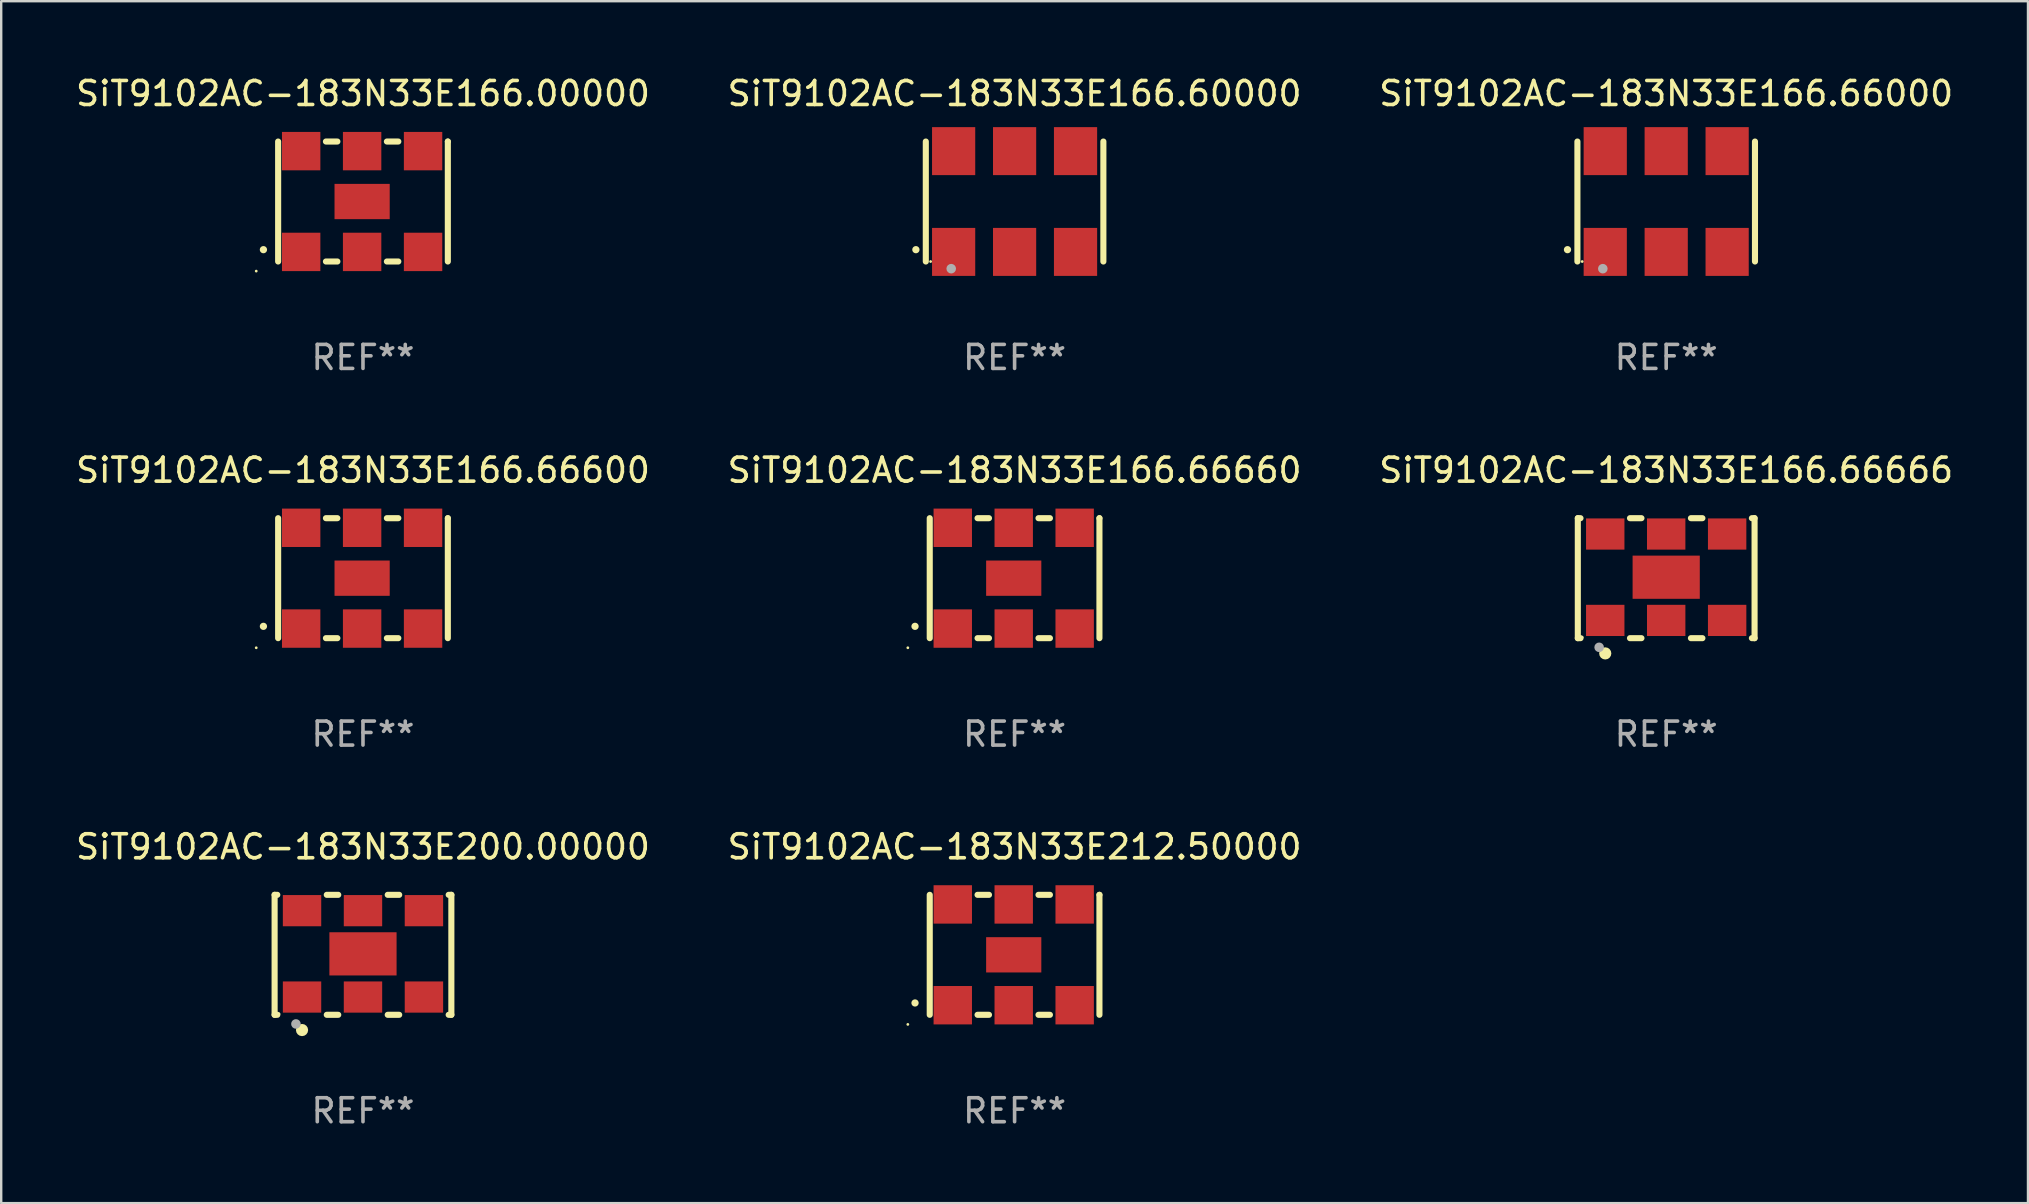
<source format=kicad_pcb>
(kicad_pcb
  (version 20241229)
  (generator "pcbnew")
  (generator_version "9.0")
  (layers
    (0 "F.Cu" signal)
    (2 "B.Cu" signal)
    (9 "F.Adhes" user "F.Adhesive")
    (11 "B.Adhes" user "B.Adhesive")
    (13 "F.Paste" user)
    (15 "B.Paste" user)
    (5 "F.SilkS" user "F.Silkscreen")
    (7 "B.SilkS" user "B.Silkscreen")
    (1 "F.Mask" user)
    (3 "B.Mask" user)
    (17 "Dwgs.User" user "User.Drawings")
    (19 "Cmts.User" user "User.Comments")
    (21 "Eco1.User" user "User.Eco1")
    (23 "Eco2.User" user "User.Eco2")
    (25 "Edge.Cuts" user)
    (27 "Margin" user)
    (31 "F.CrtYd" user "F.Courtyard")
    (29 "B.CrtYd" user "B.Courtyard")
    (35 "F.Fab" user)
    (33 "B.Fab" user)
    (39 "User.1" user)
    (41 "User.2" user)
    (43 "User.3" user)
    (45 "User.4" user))
  (footprint "SiT9102AC-183N33E166.66000"
    (layer "F.Cu")
    (at 66.387 5.348)
    (property "Reference" "SiT9102AC-183N33E166.66000" (at 0 -4.5 0) (layer "F.SilkS") (effects (font (size 1 1) (thickness 0.15))))
    (attr through_hole)
    (fp_line (start -3.7 -2.5) (end -3.7 2.5) (stroke (width 0.254) (type solid)) (layer "F.SilkS"))
    (fp_line (start 3.7 -2.5) (end 3.7 2.5) (stroke (width 0.254) (type solid)) (layer "F.SilkS"))
    (fp_arc (start -4.114415 2.006604) (mid -4.113145 2.006599) (end -4.111875 2.006604) (stroke (width 0.3) (type solid)) (layer "F.SilkS"))
    (fp_circle (center -3.5 2.501) (end -3.47 2.501) (stroke (width 0.06) (type solid)) (fill no) (layer "F.SilkS"))
    (fp_circle (center -2.641 2.799) (end -2.541 2.799) (stroke (width 0.2) (type solid)) (fill no) (layer "F.Fab"))
    (fp_text user "REF**" (at 0 6.5 0) (layer "F.Fab") (effects (font (size 1 1) (thickness 0.15))))
    (pad "1" smd rect (at -2.54 2.1) (size 1.8 2) (layers "F.Cu" "F.Mask" "F.Paste"))
    (pad "2" smd rect (at 0.000394 2.1) (size 1.8 2) (layers "F.Cu" "F.Mask" "F.Paste"))
    (pad "3" smd rect (at 2.54 2.1) (size 1.8 2) (layers "F.Cu" "F.Mask" "F.Paste"))
    (pad "4" smd rect (at 2.54 -2.1) (size 1.8 2) (layers "F.Cu" "F.Mask" "F.Paste"))
    (pad "5" smd rect (at 0.000394 -2.1) (size 1.8 2) (layers "F.Cu" "F.Mask" "F.Paste"))
    (pad "6" smd rect (at -2.54 -2.1) (size 1.8 2) (layers "F.Cu" "F.Mask" "F.Paste")))
  (footprint "SiT9102AC-183N33E166.66660"
    (layer "F.Cu")
    (at 39.232 21.045)
    (property "Reference" "SiT9102AC-183N33E166.66660" (at 0 -4.5 0) (layer "F.SilkS") (effects (font (size 1 1) (thickness 0.15))))
    (attr through_hole)
    (fp_line (start -3.536 -2.5) (end -3.536 2.5) (stroke (width 0.254) (type solid)) (layer "F.SilkS"))
    (fp_line (start -1.544 2.5) (end -1.067 2.5) (stroke (width 0.254) (type solid)) (layer "F.SilkS"))
    (fp_line (start -1.067 -2.5) (end -1.544 -2.5) (stroke (width 0.254) (type solid)) (layer "F.SilkS"))
    (fp_line (start 0.996 2.5) (end 1.473 2.5) (stroke (width 0.254) (type solid)) (layer "F.SilkS"))
    (fp_line (start 1.473 -2.5) (end 0.996 -2.5) (stroke (width 0.254) (type solid)) (layer "F.SilkS"))
    (fp_line (start 3.536 -2.5) (end 3.536 -2.5) (stroke (width 0.254) (type solid)) (layer "F.SilkS"))
    (fp_line (start 3.536 2.5) (end 3.536 -2.5) (stroke (width 0.254) (type solid)) (layer "F.SilkS"))
    (fp_arc (start -4.150432 2.006604) (mid -4.149162 2.006599) (end -4.147892 2.006604) (stroke (width 0.3) (type solid)) (layer "F.SilkS"))
    (fp_circle (center -4.449 2.9) (end -4.419 2.9) (stroke (width 0.06) (type solid)) (fill no) (layer "F.SilkS"))
    (fp_text user "REF**" (at 0 6.5 0) (layer "F.Fab") (effects (font (size 1 1) (thickness 0.15))))
    (pad "1" smd rect (at -2.576 2.1) (size 1.6 1.6) (layers "F.Cu" "F.Mask" "F.Paste"))
    (pad "2" smd rect (at -0.036 2.1) (size 1.6 1.6) (layers "F.Cu" "F.Mask" "F.Paste"))
    (pad "3" smd rect (at 2.504 2.1) (size 1.6 1.6) (layers "F.Cu" "F.Mask" "F.Paste"))
    (pad "4" smd rect (at 2.504 -2.1) (size 1.6 1.6) (layers "F.Cu" "F.Mask" "F.Paste"))
    (pad "5" smd rect (at -0.036 -2.1) (size 1.6 1.6) (layers "F.Cu" "F.Mask" "F.Paste"))
    (pad "6" smd rect (at -2.576 -2.1) (size 1.6 1.6) (layers "F.Cu" "F.Mask" "F.Paste"))
    (pad "7" smd rect (at -0.036 0) (size 2.3 1.47) (layers "F.Cu" "F.Mask" "F.Paste")))
  (footprint "SiT9102AC-183N33E200.00000"
    (layer "F.Cu")
    (at 12.077 36.741)
    (property "Reference" "SiT9102AC-183N33E200.00000" (at 0 -4.5 0) (layer "F.SilkS") (effects (font (size 1 1) (thickness 0.15))))
    (attr through_hole)
    (fp_line (start -3.683 -2.5) (end -3.571 -2.5) (stroke (width 0.254) (type solid)) (layer "F.SilkS"))
    (fp_line (start -3.683 2.5) (end -3.683 -2.5) (stroke (width 0.254) (type solid)) (layer "F.SilkS"))
    (fp_line (start -3.683 2.5) (end -3.571 2.5) (stroke (width 0.254) (type solid)) (layer "F.SilkS"))
    (fp_line (start -1.509 -2.5) (end -1.031 -2.5) (stroke (width 0.254) (type solid)) (layer "F.SilkS"))
    (fp_line (start -1.509 2.5) (end -1.031 2.5) (stroke (width 0.254) (type solid)) (layer "F.SilkS"))
    (fp_line (start 1.031 -2.5) (end 1.509 -2.5) (stroke (width 0.254) (type solid)) (layer "F.SilkS"))
    (fp_line (start 1.031 2.5) (end 1.509 2.5) (stroke (width 0.254) (type solid)) (layer "F.SilkS"))
    (fp_line (start 3.571 -2.5) (end 3.683 -2.5) (stroke (width 0.254) (type solid)) (layer "F.SilkS"))
    (fp_line (start 3.571 2.5) (end 3.683 2.5) (stroke (width 0.254) (type solid)) (layer "F.SilkS"))
    (fp_line (start 3.683 2.5) (end 3.683 -2.5) (stroke (width 0.254) (type solid)) (layer "F.SilkS"))
    (fp_circle (center -3.5 2.46) (end -3.47 2.46) (stroke (width 0.06) (type solid)) (fill no) (layer "F.SilkS"))
    (fp_circle (center -2.54 3.135) (end -2.413 3.135) (stroke (width 0.254) (type solid)) (fill no) (layer "F.SilkS"))
    (fp_circle (center -2.794 2.881) (end -2.694 2.881) (stroke (width 0.2) (type solid)) (fill no) (layer "F.Fab"))
    (fp_text user "REF**" (at 0 6.5 0) (layer "F.Fab") (effects (font (size 1 1) (thickness 0.15))))
    (pad "1" smd rect (at -2.54 1.76) (size 1.6 1.3) (layers "F.Cu" "F.Mask" "F.Paste"))
    (pad "2" smd rect (at 0 1.76) (size 1.6 1.3) (layers "F.Cu" "F.Mask" "F.Paste"))
    (pad "3" smd rect (at 2.54 1.76) (size 1.6 1.3) (layers "F.Cu" "F.Mask" "F.Paste"))
    (pad "4" smd rect (at 2.54 -1.84) (size 1.6 1.3) (layers "F.Cu" "F.Mask" "F.Paste"))
    (pad "5" smd rect (at 0 -1.84) (size 1.6 1.3) (layers "F.Cu" "F.Mask" "F.Paste"))
    (pad "6" smd rect (at -2.54 -1.84) (size 1.6 1.3) (layers "F.Cu" "F.Mask" "F.Paste"))
    (pad "7" smd rect (at 0 -0.04) (size 2.8 1.8) (layers "F.Cu" "F.Mask" "F.Paste")))
  (footprint "SiT9102AC-183N33E212.50000"
    (layer "F.Cu")
    (at 39.232 36.741)
    (property "Reference" "SiT9102AC-183N33E212.50000" (at 0 -4.5 0) (layer "F.SilkS") (effects (font (size 1 1) (thickness 0.15))))
    (attr through_hole)
    (fp_line (start -3.536 -2.5) (end -3.536 2.5) (stroke (width 0.254) (type solid)) (layer "F.SilkS"))
    (fp_line (start -1.544 2.5) (end -1.067 2.5) (stroke (width 0.254) (type solid)) (layer "F.SilkS"))
    (fp_line (start -1.067 -2.5) (end -1.544 -2.5) (stroke (width 0.254) (type solid)) (layer "F.SilkS"))
    (fp_line (start 0.996 2.5) (end 1.473 2.5) (stroke (width 0.254) (type solid)) (layer "F.SilkS"))
    (fp_line (start 1.473 -2.5) (end 0.996 -2.5) (stroke (width 0.254) (type solid)) (layer "F.SilkS"))
    (fp_line (start 3.536 -2.5) (end 3.536 -2.5) (stroke (width 0.254) (type solid)) (layer "F.SilkS"))
    (fp_line (start 3.536 2.5) (end 3.536 -2.5) (stroke (width 0.254) (type solid)) (layer "F.SilkS"))
    (fp_arc (start -4.150432 2.006604) (mid -4.149162 2.006599) (end -4.147892 2.006604) (stroke (width 0.3) (type solid)) (layer "F.SilkS"))
    (fp_circle (center -4.449 2.9) (end -4.419 2.9) (stroke (width 0.06) (type solid)) (fill no) (layer "F.SilkS"))
    (fp_text user "REF**" (at 0 6.5 0) (layer "F.Fab") (effects (font (size 1 1) (thickness 0.15))))
    (pad "1" smd rect (at -2.576 2.1) (size 1.6 1.6) (layers "F.Cu" "F.Mask" "F.Paste"))
    (pad "2" smd rect (at -0.036 2.1) (size 1.6 1.6) (layers "F.Cu" "F.Mask" "F.Paste"))
    (pad "3" smd rect (at 2.504 2.1) (size 1.6 1.6) (layers "F.Cu" "F.Mask" "F.Paste"))
    (pad "4" smd rect (at 2.504 -2.1) (size 1.6 1.6) (layers "F.Cu" "F.Mask" "F.Paste"))
    (pad "5" smd rect (at -0.036 -2.1) (size 1.6 1.6) (layers "F.Cu" "F.Mask" "F.Paste"))
    (pad "6" smd rect (at -2.576 -2.1) (size 1.6 1.6) (layers "F.Cu" "F.Mask" "F.Paste"))
    (pad "7" smd rect (at -0.036 0) (size 2.3 1.47) (layers "F.Cu" "F.Mask" "F.Paste")))
  (footprint "SiT9102AC-183N33E166.66600"
    (layer "F.Cu")
    (at 12.077 21.045)
    (property "Reference" "SiT9102AC-183N33E166.66600" (at 0 -4.5 0) (layer "F.SilkS") (effects (font (size 1 1) (thickness 0.15))))
    (attr through_hole)
    (fp_line (start -3.536 -2.5) (end -3.536 2.5) (stroke (width 0.254) (type solid)) (layer "F.SilkS"))
    (fp_line (start -1.544 2.5) (end -1.067 2.5) (stroke (width 0.254) (type solid)) (layer "F.SilkS"))
    (fp_line (start -1.067 -2.5) (end -1.544 -2.5) (stroke (width 0.254) (type solid)) (layer "F.SilkS"))
    (fp_line (start 0.996 2.5) (end 1.473 2.5) (stroke (width 0.254) (type solid)) (layer "F.SilkS"))
    (fp_line (start 1.473 -2.5) (end 0.996 -2.5) (stroke (width 0.254) (type solid)) (layer "F.SilkS"))
    (fp_line (start 3.536 -2.5) (end 3.536 -2.5) (stroke (width 0.254) (type solid)) (layer "F.SilkS"))
    (fp_line (start 3.536 2.5) (end 3.536 -2.5) (stroke (width 0.254) (type solid)) (layer "F.SilkS"))
    (fp_arc (start -4.150432 2.006604) (mid -4.149162 2.006599) (end -4.147892 2.006604) (stroke (width 0.3) (type solid)) (layer "F.SilkS"))
    (fp_circle (center -4.449 2.9) (end -4.419 2.9) (stroke (width 0.06) (type solid)) (fill no) (layer "F.SilkS"))
    (fp_text user "REF**" (at 0 6.5 0) (layer "F.Fab") (effects (font (size 1 1) (thickness 0.15))))
    (pad "1" smd rect (at -2.576 2.1) (size 1.6 1.6) (layers "F.Cu" "F.Mask" "F.Paste"))
    (pad "2" smd rect (at -0.036 2.1) (size 1.6 1.6) (layers "F.Cu" "F.Mask" "F.Paste"))
    (pad "3" smd rect (at 2.504 2.1) (size 1.6 1.6) (layers "F.Cu" "F.Mask" "F.Paste"))
    (pad "4" smd rect (at 2.504 -2.1) (size 1.6 1.6) (layers "F.Cu" "F.Mask" "F.Paste"))
    (pad "5" smd rect (at -0.036 -2.1) (size 1.6 1.6) (layers "F.Cu" "F.Mask" "F.Paste"))
    (pad "6" smd rect (at -2.576 -2.1) (size 1.6 1.6) (layers "F.Cu" "F.Mask" "F.Paste"))
    (pad "7" smd rect (at -0.036 0) (size 2.3 1.47) (layers "F.Cu" "F.Mask" "F.Paste")))
  (footprint "SiT9102AC-183N33E166.66666"
    (layer "F.Cu")
    (at 66.387 21.045)
    (property "Reference" "SiT9102AC-183N33E166.66666" (at 0 -4.5 0) (layer "F.SilkS") (effects (font (size 1 1) (thickness 0.15))))
    (attr through_hole)
    (fp_line (start -3.683 -2.5) (end -3.571 -2.5) (stroke (width 0.254) (type solid)) (layer "F.SilkS"))
    (fp_line (start -3.683 2.5) (end -3.683 -2.5) (stroke (width 0.254) (type solid)) (layer "F.SilkS"))
    (fp_line (start -3.683 2.5) (end -3.571 2.5) (stroke (width 0.254) (type solid)) (layer "F.SilkS"))
    (fp_line (start -1.509 -2.5) (end -1.031 -2.5) (stroke (width 0.254) (type solid)) (layer "F.SilkS"))
    (fp_line (start -1.509 2.5) (end -1.031 2.5) (stroke (width 0.254) (type solid)) (layer "F.SilkS"))
    (fp_line (start 1.031 -2.5) (end 1.509 -2.5) (stroke (width 0.254) (type solid)) (layer "F.SilkS"))
    (fp_line (start 1.031 2.5) (end 1.509 2.5) (stroke (width 0.254) (type solid)) (layer "F.SilkS"))
    (fp_line (start 3.571 -2.5) (end 3.683 -2.5) (stroke (width 0.254) (type solid)) (layer "F.SilkS"))
    (fp_line (start 3.571 2.5) (end 3.683 2.5) (stroke (width 0.254) (type solid)) (layer "F.SilkS"))
    (fp_line (start 3.683 2.5) (end 3.683 -2.5) (stroke (width 0.254) (type solid)) (layer "F.SilkS"))
    (fp_circle (center -3.5 2.46) (end -3.47 2.46) (stroke (width 0.06) (type solid)) (fill no) (layer "F.SilkS"))
    (fp_circle (center -2.54 3.135) (end -2.413 3.135) (stroke (width 0.254) (type solid)) (fill no) (layer "F.SilkS"))
    (fp_circle (center -2.794 2.881) (end -2.694 2.881) (stroke (width 0.2) (type solid)) (fill no) (layer "F.Fab"))
    (fp_text user "REF**" (at 0 6.5 0) (layer "F.Fab") (effects (font (size 1 1) (thickness 0.15))))
    (pad "1" smd rect (at -2.54 1.76) (size 1.6 1.3) (layers "F.Cu" "F.Mask" "F.Paste"))
    (pad "2" smd rect (at 0 1.76) (size 1.6 1.3) (layers "F.Cu" "F.Mask" "F.Paste"))
    (pad "3" smd rect (at 2.54 1.76) (size 1.6 1.3) (layers "F.Cu" "F.Mask" "F.Paste"))
    (pad "4" smd rect (at 2.54 -1.84) (size 1.6 1.3) (layers "F.Cu" "F.Mask" "F.Paste"))
    (pad "5" smd rect (at 0 -1.84) (size 1.6 1.3) (layers "F.Cu" "F.Mask" "F.Paste"))
    (pad "6" smd rect (at -2.54 -1.84) (size 1.6 1.3) (layers "F.Cu" "F.Mask" "F.Paste"))
    (pad "7" smd rect (at 0 -0.04) (size 2.8 1.8) (layers "F.Cu" "F.Mask" "F.Paste")))
  (footprint "SiT9102AC-183N33E166.00000"
    (layer "F.Cu")
    (at 12.077 5.348)
    (property "Reference" "SiT9102AC-183N33E166.00000" (at 0 -4.5 0) (layer "F.SilkS") (effects (font (size 1 1) (thickness 0.15))))
    (attr through_hole)
    (fp_line (start -3.536 -2.5) (end -3.536 2.5) (stroke (width 0.254) (type solid)) (layer "F.SilkS"))
    (fp_line (start -1.544 2.5) (end -1.067 2.5) (stroke (width 0.254) (type solid)) (layer "F.SilkS"))
    (fp_line (start -1.067 -2.5) (end -1.544 -2.5) (stroke (width 0.254) (type solid)) (layer "F.SilkS"))
    (fp_line (start 0.996 2.5) (end 1.473 2.5) (stroke (width 0.254) (type solid)) (layer "F.SilkS"))
    (fp_line (start 1.473 -2.5) (end 0.996 -2.5) (stroke (width 0.254) (type solid)) (layer "F.SilkS"))
    (fp_line (start 3.536 -2.5) (end 3.536 -2.5) (stroke (width 0.254) (type solid)) (layer "F.SilkS"))
    (fp_line (start 3.536 2.5) (end 3.536 -2.5) (stroke (width 0.254) (type solid)) (layer "F.SilkS"))
    (fp_arc (start -4.150432 2.006604) (mid -4.149162 2.006599) (end -4.147892 2.006604) (stroke (width 0.3) (type solid)) (layer "F.SilkS"))
    (fp_circle (center -4.449 2.9) (end -4.419 2.9) (stroke (width 0.06) (type solid)) (fill no) (layer "F.SilkS"))
    (fp_text user "REF**" (at 0 6.5 0) (layer "F.Fab") (effects (font (size 1 1) (thickness 0.15))))
    (pad "1" smd rect (at -2.576 2.1) (size 1.6 1.6) (layers "F.Cu" "F.Mask" "F.Paste"))
    (pad "2" smd rect (at -0.036 2.1) (size 1.6 1.6) (layers "F.Cu" "F.Mask" "F.Paste"))
    (pad "3" smd rect (at 2.504 2.1) (size 1.6 1.6) (layers "F.Cu" "F.Mask" "F.Paste"))
    (pad "4" smd rect (at 2.504 -2.1) (size 1.6 1.6) (layers "F.Cu" "F.Mask" "F.Paste"))
    (pad "5" smd rect (at -0.036 -2.1) (size 1.6 1.6) (layers "F.Cu" "F.Mask" "F.Paste"))
    (pad "6" smd rect (at -2.576 -2.1) (size 1.6 1.6) (layers "F.Cu" "F.Mask" "F.Paste"))
    (pad "7" smd rect (at -0.036 0) (size 2.3 1.47) (layers "F.Cu" "F.Mask" "F.Paste")))
  (footprint "SiT9102AC-183N33E166.60000"
    (layer "F.Cu")
    (at 39.232 5.348)
    (property "Reference" "SiT9102AC-183N33E166.60000" (at 0 -4.5 0) (layer "F.SilkS") (effects (font (size 1 1) (thickness 0.15))))
    (attr through_hole)
    (fp_line (start -3.7 -2.5) (end -3.7 2.5) (stroke (width 0.254) (type solid)) (layer "F.SilkS"))
    (fp_line (start 3.7 -2.5) (end 3.7 2.5) (stroke (width 0.254) (type solid)) (layer "F.SilkS"))
    (fp_arc (start -4.114415 2.006604) (mid -4.113145 2.006599) (end -4.111875 2.006604) (stroke (width 0.3) (type solid)) (layer "F.SilkS"))
    (fp_circle (center -3.5 2.501) (end -3.47 2.501) (stroke (width 0.06) (type solid)) (fill no) (layer "F.SilkS"))
    (fp_circle (center -2.641 2.799) (end -2.541 2.799) (stroke (width 0.2) (type solid)) (fill no) (layer "F.Fab"))
    (fp_text user "REF**" (at 0 6.5 0) (layer "F.Fab") (effects (font (size 1 1) (thickness 0.15))))
    (pad "1" smd rect (at -2.54 2.1) (size 1.8 2) (layers "F.Cu" "F.Mask" "F.Paste"))
    (pad "2" smd rect (at 0.000394 2.1) (size 1.8 2) (layers "F.Cu" "F.Mask" "F.Paste"))
    (pad "3" smd rect (at 2.54 2.1) (size 1.8 2) (layers "F.Cu" "F.Mask" "F.Paste"))
    (pad "4" smd rect (at 2.54 -2.1) (size 1.8 2) (layers "F.Cu" "F.Mask" "F.Paste"))
    (pad "5" smd rect (at 0.000394 -2.1) (size 1.8 2) (layers "F.Cu" "F.Mask" "F.Paste"))
    (pad "6" smd rect (at -2.54 -2.1) (size 1.8 2) (layers "F.Cu" "F.Mask" "F.Paste")))
  (gr_rect
    (start -3 -3)
    (end 81.464 47.09)
    (stroke (width 0.1) (type default))
    (fill no)
    (layer "Edge.Cuts")))
</source>
